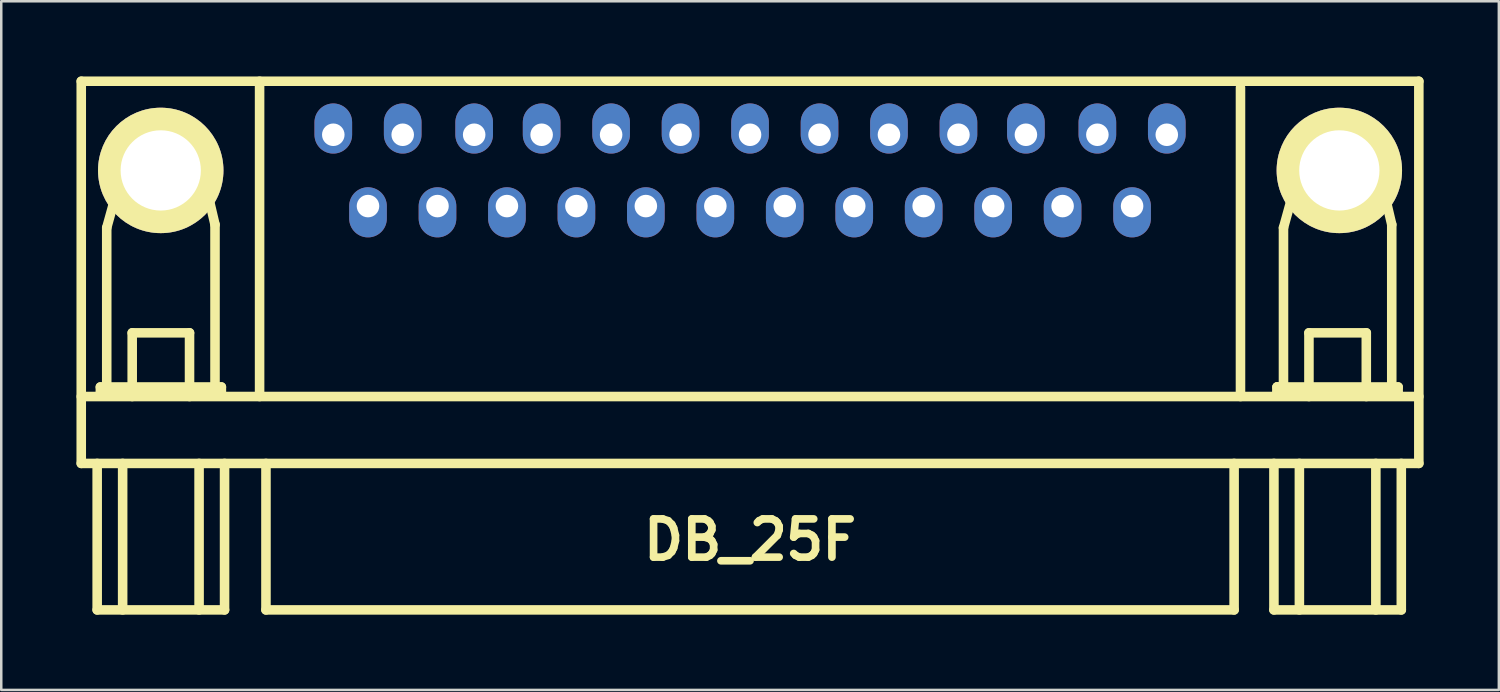
<source format=kicad_pcb>
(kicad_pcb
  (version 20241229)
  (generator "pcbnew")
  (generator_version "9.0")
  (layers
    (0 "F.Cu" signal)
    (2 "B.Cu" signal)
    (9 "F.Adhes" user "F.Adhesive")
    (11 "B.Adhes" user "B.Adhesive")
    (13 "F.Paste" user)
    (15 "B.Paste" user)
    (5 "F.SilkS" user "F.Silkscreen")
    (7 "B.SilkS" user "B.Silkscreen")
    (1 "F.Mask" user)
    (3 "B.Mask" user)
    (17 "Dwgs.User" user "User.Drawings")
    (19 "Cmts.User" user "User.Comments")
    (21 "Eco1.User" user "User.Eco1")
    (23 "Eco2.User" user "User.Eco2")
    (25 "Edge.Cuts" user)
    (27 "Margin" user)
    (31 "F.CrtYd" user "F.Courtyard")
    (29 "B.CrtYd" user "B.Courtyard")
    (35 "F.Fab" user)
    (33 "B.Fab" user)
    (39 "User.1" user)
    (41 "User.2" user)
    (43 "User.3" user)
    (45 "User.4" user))
  (footprint "DB_25F"
    (layer "F.Cu")
    (at 26.86 10.858)
    (property "Reference" "DB_25F" (at 0 7.62 0) (layer "F.SilkS") (effects (font (size 1.524 1.524) (thickness 0.305))))
    (attr through_hole)
    (fp_line (start -26.67 -10.668) (end -26.67 4.572) (stroke (width 0.381) (type solid)) (layer "F.SilkS"))
    (fp_line (start -26.67 1.905) (end 26.67 1.905) (stroke (width 0.381) (type solid)) (layer "F.SilkS"))
    (fp_line (start -26.035 4.572) (end -26.035 10.414) (stroke (width 0.381) (type solid)) (layer "F.SilkS"))
    (fp_line (start -26.035 10.414) (end -20.955 10.414) (stroke (width 0.381) (type solid)) (layer "F.SilkS"))
    (fp_line (start -25.908 1.524) (end -25.908 1.778) (stroke (width 0.381) (type solid)) (layer "F.SilkS"))
    (fp_line (start -25.908 1.778) (end -21.082 1.778) (stroke (width 0.381) (type solid)) (layer "F.SilkS"))
    (fp_line (start -25.654 -4.826) (end -25.019 -7.112) (stroke (width 0.381) (type solid)) (layer "F.SilkS"))
    (fp_line (start -25.654 1.524) (end -25.654 -4.826) (stroke (width 0.381) (type solid)) (layer "F.SilkS"))
    (fp_line (start -25.019 -7.112) (end -21.844 -7.112) (stroke (width 0.381) (type solid)) (layer "F.SilkS"))
    (fp_line (start -25.019 4.572) (end -25.019 10.414) (stroke (width 0.381) (type solid)) (layer "F.SilkS"))
    (fp_line (start -24.638 -0.635) (end -22.352 -0.635) (stroke (width 0.381) (type solid)) (layer "F.SilkS"))
    (fp_line (start -24.638 1.905) (end -24.638 -0.635) (stroke (width 0.381) (type solid)) (layer "F.SilkS"))
    (fp_line (start -22.352 -0.635) (end -22.352 1.905) (stroke (width 0.381) (type solid)) (layer "F.SilkS"))
    (fp_line (start -21.971 4.572) (end -21.971 10.414) (stroke (width 0.381) (type solid)) (layer "F.SilkS"))
    (fp_line (start -21.844 -7.112) (end -21.336 -4.953) (stroke (width 0.381) (type solid)) (layer "F.SilkS"))
    (fp_line (start -21.336 -4.953) (end -21.336 1.524) (stroke (width 0.381) (type solid)) (layer "F.SilkS"))
    (fp_line (start -21.082 1.524) (end -25.908 1.524) (stroke (width 0.381) (type solid)) (layer "F.SilkS"))
    (fp_line (start -21.082 1.778) (end -21.082 1.524) (stroke (width 0.381) (type solid)) (layer "F.SilkS"))
    (fp_line (start -20.955 4.572) (end -20.955 10.414) (stroke (width 0.381) (type solid)) (layer "F.SilkS"))
    (fp_line (start -19.558 1.905) (end -19.558 -10.668) (stroke (width 0.381) (type solid)) (layer "F.SilkS"))
    (fp_line (start -19.304 4.572) (end -19.304 10.414) (stroke (width 0.381) (type solid)) (layer "F.SilkS"))
    (fp_line (start 19.304 10.414) (end -19.304 10.414) (stroke (width 0.381) (type solid)) (layer "F.SilkS"))
    (fp_line (start 19.304 10.414) (end 19.304 4.572) (stroke (width 0.381) (type solid)) (layer "F.SilkS"))
    (fp_line (start 19.558 1.905) (end 19.558 -10.414) (stroke (width 0.381) (type solid)) (layer "F.SilkS"))
    (fp_line (start 20.892 4.572) (end 20.892 10.414) (stroke (width 0.381) (type solid)) (layer "F.SilkS"))
    (fp_line (start 20.892 10.414) (end 25.971 10.414) (stroke (width 0.381) (type solid)) (layer "F.SilkS"))
    (fp_line (start 21.018 1.524) (end 21.018 1.778) (stroke (width 0.381) (type solid)) (layer "F.SilkS"))
    (fp_line (start 21.018 1.524) (end 21.018 1.778) (stroke (width 0.381) (type solid)) (layer "F.SilkS"))
    (fp_line (start 21.018 1.778) (end 25.845 1.778) (stroke (width 0.381) (type solid)) (layer "F.SilkS"))
    (fp_line (start 21.273 -4.826) (end 21.907 -7.112) (stroke (width 0.381) (type solid)) (layer "F.SilkS"))
    (fp_line (start 21.273 1.524) (end 21.273 -4.826) (stroke (width 0.381) (type solid)) (layer "F.SilkS"))
    (fp_line (start 21.907 -7.112) (end 25.082 -7.112) (stroke (width 0.381) (type solid)) (layer "F.SilkS"))
    (fp_line (start 21.907 4.572) (end 21.907 10.414) (stroke (width 0.381) (type solid)) (layer "F.SilkS"))
    (fp_line (start 22.288 -0.635) (end 24.575 -0.635) (stroke (width 0.381) (type solid)) (layer "F.SilkS"))
    (fp_line (start 22.288 1.905) (end 22.288 -0.635) (stroke (width 0.381) (type solid)) (layer "F.SilkS"))
    (fp_line (start 24.575 -0.635) (end 24.575 1.905) (stroke (width 0.381) (type solid)) (layer "F.SilkS"))
    (fp_line (start 24.956 4.572) (end 24.956 10.414) (stroke (width 0.381) (type solid)) (layer "F.SilkS"))
    (fp_line (start 25.082 -7.112) (end 25.59 -4.953) (stroke (width 0.381) (type solid)) (layer "F.SilkS"))
    (fp_line (start 25.59 -4.953) (end 25.59 1.524) (stroke (width 0.381) (type solid)) (layer "F.SilkS"))
    (fp_line (start 25.845 1.524) (end 21.018 1.524) (stroke (width 0.381) (type solid)) (layer "F.SilkS"))
    (fp_line (start 25.845 1.778) (end 25.845 1.524) (stroke (width 0.381) (type solid)) (layer "F.SilkS"))
    (fp_line (start 25.971 4.572) (end 25.971 10.414) (stroke (width 0.381) (type solid)) (layer "F.SilkS"))
    (fp_line (start 26.67 -10.668) (end -26.67 -10.668) (stroke (width 0.381) (type solid)) (layer "F.SilkS"))
    (fp_line (start 26.67 -10.668) (end 26.67 4.572) (stroke (width 0.381) (type solid)) (layer "F.SilkS"))
    (fp_line (start 26.67 4.572) (end -26.67 4.572) (stroke (width 0.381) (type solid)) (layer "F.SilkS"))
    (pad "" thru_hole circle (at -23.5 -7.112) (size 5.001 5.001) (drill 3.2) (layers "*.Cu" "*.Mask" "F.SilkS"))
    (pad "" thru_hole circle (at 23.5 -7.112) (size 5.001 5.001) (drill 3.2) (layers "*.Cu" "*.Mask" "F.SilkS"))
    (pad "1" thru_hole oval (at 16.619 -8.534) (size 1.501 1.999) (drill 0.899 (offset 0 -0.249)) (layers "*.Cu" "*.Mask"))
    (pad "2" thru_hole oval (at 13.851 -8.534) (size 1.501 1.999) (drill 0.899 (offset 0 -0.249)) (layers "*.Cu" "*.Mask"))
    (pad "3" thru_hole oval (at 11.001 -8.534) (size 1.501 1.999) (drill 0.899 (offset 0 -0.249)) (layers "*.Cu" "*.Mask"))
    (pad "4" thru_hole oval (at 8.311 -8.534) (size 1.501 1.999) (drill 0.899 (offset 0 -0.249)) (layers "*.Cu" "*.Mask"))
    (pad "5" thru_hole oval (at 5.54 -8.534) (size 1.501 1.999) (drill 0.899 (offset 0 -0.249)) (layers "*.Cu" "*.Mask"))
    (pad "6" thru_hole oval (at 2.771 -8.534) (size 1.501 1.999) (drill 0.899 (offset 0 -0.249)) (layers "*.Cu" "*.Mask"))
    (pad "7" thru_hole oval (at 0 -8.534) (size 1.501 1.999) (drill 0.899 (offset 0 -0.249)) (layers "*.Cu" "*.Mask"))
    (pad "8" thru_hole oval (at -2.771 -8.534) (size 1.501 1.999) (drill 0.899 (offset 0 -0.249)) (layers "*.Cu" "*.Mask"))
    (pad "9" thru_hole oval (at -5.54 -8.534) (size 1.501 1.999) (drill 0.899 (offset 0 -0.249)) (layers "*.Cu" "*.Mask"))
    (pad "10" thru_hole oval (at -8.311 -8.534) (size 1.501 1.999) (drill 0.899 (offset 0 -0.249)) (layers "*.Cu" "*.Mask"))
    (pad "11" thru_hole oval (at -11.001 -8.534) (size 1.501 1.999) (drill 0.899 (offset 0 -0.249)) (layers "*.Cu" "*.Mask"))
    (pad "12" thru_hole oval (at -13.851 -8.534) (size 1.501 1.999) (drill 0.899 (offset 0 -0.249)) (layers "*.Cu" "*.Mask"))
    (pad "13" thru_hole oval (at -16.619 -8.534) (size 1.501 1.999) (drill 0.899 (offset 0 -0.249)) (layers "*.Cu" "*.Mask"))
    (pad "14" thru_hole oval (at 15.235 -5.69) (size 1.501 1.999) (drill 0.899 (offset 0 0.249)) (layers "*.Cu" "*.Mask"))
    (pad "15" thru_hole oval (at 12.464 -5.69) (size 1.501 1.999) (drill 0.899 (offset 0 0.249)) (layers "*.Cu" "*.Mask"))
    (pad "16" thru_hole oval (at 9.695 -5.69) (size 1.501 1.999) (drill 0.899 (offset 0 0.249)) (layers "*.Cu" "*.Mask"))
    (pad "17" thru_hole oval (at 6.924 -5.69) (size 1.501 1.999) (drill 0.899 (offset 0 0.249)) (layers "*.Cu" "*.Mask"))
    (pad "18" thru_hole oval (at 4.155 -5.69) (size 1.501 1.999) (drill 0.899 (offset 0 0.249)) (layers "*.Cu" "*.Mask"))
    (pad "19" thru_hole oval (at 1.384 -5.69) (size 1.501 1.999) (drill 0.899 (offset 0 0.249)) (layers "*.Cu" "*.Mask"))
    (pad "20" thru_hole oval (at -1.384 -5.69) (size 1.501 1.999) (drill 0.899 (offset 0 0.249)) (layers "*.Cu" "*.Mask"))
    (pad "21" thru_hole oval (at -4.155 -5.69) (size 1.501 1.999) (drill 0.899 (offset 0 0.249)) (layers "*.Cu" "*.Mask"))
    (pad "22" thru_hole oval (at -6.924 -5.69) (size 1.501 1.999) (drill 0.899 (offset 0 0.249)) (layers "*.Cu" "*.Mask"))
    (pad "23" thru_hole oval (at -9.695 -5.69) (size 1.501 1.999) (drill 0.899 (offset 0 0.249)) (layers "*.Cu" "*.Mask"))
    (pad "24" thru_hole oval (at -12.464 -5.69) (size 1.501 1.999) (drill 0.899 (offset 0 0.249)) (layers "*.Cu" "*.Mask"))
    (pad "25" thru_hole oval (at -15.235 -5.69) (size 1.501 1.999) (drill 0.899 (offset 0 0.249)) (layers "*.Cu" "*.Mask")))
  (gr_rect
    (start -3 -3)
    (end 56.721 24.463)
    (stroke (width 0.1) (type default))
    (fill no)
    (layer "Edge.Cuts")))
</source>
